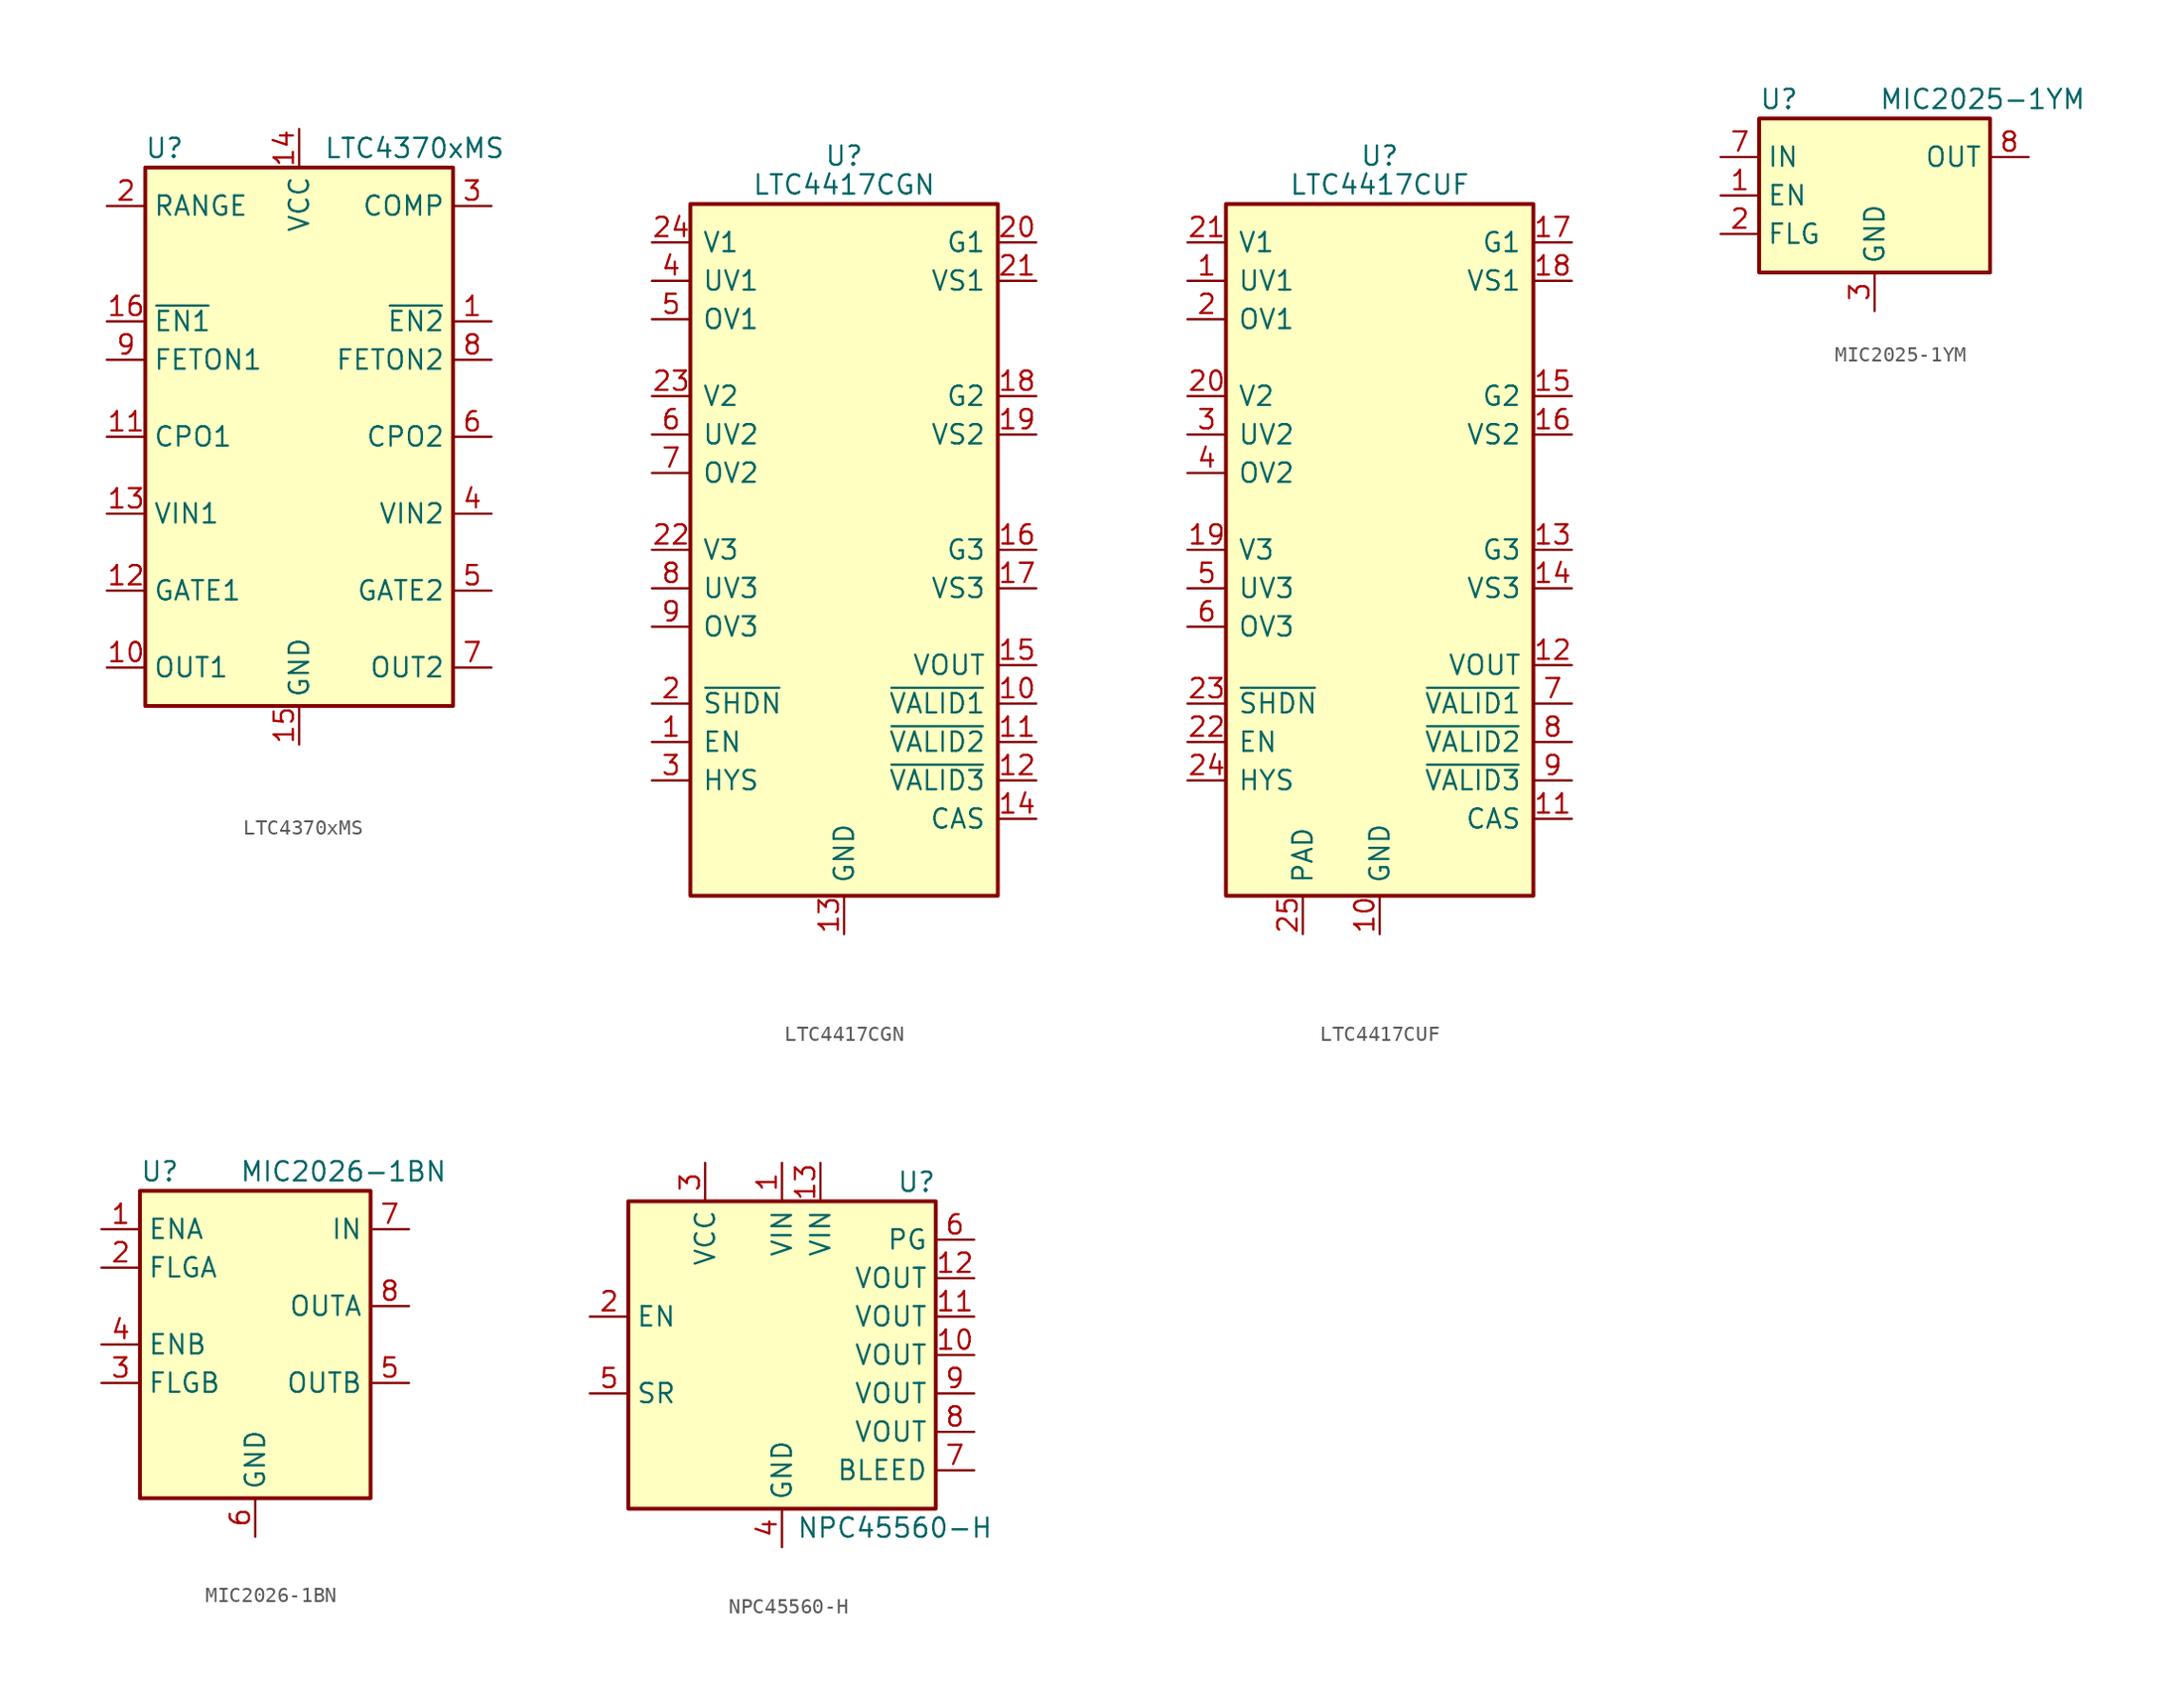
<source format=kicad_sym>
(kicad_symbol_lib
  (version 20241209)
  (generator "kicad_symbol_editor")
  (generator_version "9.0")
  (symbol "LTC4370xMS"
    (property "Reference" "U"
      (at -8.89 19.05 0)
      (effects (font (size 1.27 1.27))))
    (property "Value" "LTC4370xMS"
      (at 7.62 19.05 0)
      (effects (font (size 1.27 1.27))))
    (symbol "LTC4370xMS_1_1"
      (rectangle (start -10.16 17.78) (end 10.16 -17.78) (stroke (width 0.254) (type default)) (fill (type background)))
      (pin passive line (at -12.7 15.24 0) (length 2.54) (name "RANGE" (effects (font (size 1.27 1.27)))) (number "2" (effects (font (size 1.27 1.27)))))
      (pin input line (at -12.7 7.62 0) (length 2.54) (name "~{EN1}" (effects (font (size 1.27 1.27)))) (number "16" (effects (font (size 1.27 1.27)))))
      (pin open_collector line (at -12.7 5.08 0) (length 2.54) (name "FETON1" (effects (font (size 1.27 1.27)))) (number "9" (effects (font (size 1.27 1.27)))))
      (pin passive line (at -12.7 0 0) (length 2.54) (name "CPO1" (effects (font (size 1.27 1.27)))) (number "11" (effects (font (size 1.27 1.27)))))
      (pin power_in line (at -12.7 -5.08 0) (length 2.54) (name "VIN1" (effects (font (size 1.27 1.27)))) (number "13" (effects (font (size 1.27 1.27)))))
      (pin output line (at -12.7 -10.16 0) (length 2.54) (name "GATE1" (effects (font (size 1.27 1.27)))) (number "12" (effects (font (size 1.27 1.27)))))
      (pin input line (at -12.7 -15.24 0) (length 2.54) (name "OUT1" (effects (font (size 1.27 1.27)))) (number "10" (effects (font (size 1.27 1.27)))))
      (pin power_in line (at 0 20.32 270) (length 2.54) (name "VCC" (effects (font (size 1.27 1.27)))) (number "14" (effects (font (size 1.27 1.27)))))
      (pin power_in line (at 0 -20.32 90) (length 2.54) (name "GND" (effects (font (size 1.27 1.27)))) (number "15" (effects (font (size 1.27 1.27)))))
      (pin passive line (at 12.7 15.24 180) (length 2.54) (name "COMP" (effects (font (size 1.27 1.27)))) (number "3" (effects (font (size 1.27 1.27)))))
      (pin input line (at 12.7 7.62 180) (length 2.54) (name "~{EN2}" (effects (font (size 1.27 1.27)))) (number "1" (effects (font (size 1.27 1.27)))))
      (pin open_collector line (at 12.7 5.08 180) (length 2.54) (name "FETON2" (effects (font (size 1.27 1.27)))) (number "8" (effects (font (size 1.27 1.27)))))
      (pin passive line (at 12.7 0 180) (length 2.54) (name "CPO2" (effects (font (size 1.27 1.27)))) (number "6" (effects (font (size 1.27 1.27)))))
      (pin power_in line (at 12.7 -5.08 180) (length 2.54) (name "VIN2" (effects (font (size 1.27 1.27)))) (number "4" (effects (font (size 1.27 1.27)))))
      (pin output line (at 12.7 -10.16 180) (length 2.54) (name "GATE2" (effects (font (size 1.27 1.27)))) (number "5" (effects (font (size 1.27 1.27)))))
      (pin input line (at 12.7 -15.24 180) (length 2.54) (name "OUT2" (effects (font (size 1.27 1.27)))) (number "7" (effects (font (size 1.27 1.27)))))))
  (symbol "LTC4417CGN"
    (pin_names
      (offset 0.762))
    (property "Reference" "U"
      (at 0 26.035 0)
      (effects (font (size 1.27 1.27))))
    (property "Value" "LTC4417CGN"
      (at 0 24.13 0)
      (effects (font (size 1.27 1.27))))
    (symbol "LTC4417CGN_0_1"
      (rectangle (start -10.16 22.86) (end 10.16 -22.86) (stroke (width 0.254) (type default)) (fill (type background))))
    (symbol "LTC4417CGN_1_1"
      (pin input line (at -12.7 20.32 0) (length 2.54) (name "V1" (effects (font (size 1.27 1.27)))) (number "24" (effects (font (size 1.27 1.27)))))
      (pin input line (at -12.7 17.78 0) (length 2.54) (name "UV1" (effects (font (size 1.27 1.27)))) (number "4" (effects (font (size 1.27 1.27)))))
      (pin input line (at -12.7 15.24 0) (length 2.54) (name "OV1" (effects (font (size 1.27 1.27)))) (number "5" (effects (font (size 1.27 1.27)))))
      (pin input line (at -12.7 10.16 0) (length 2.54) (name "V2" (effects (font (size 1.27 1.27)))) (number "23" (effects (font (size 1.27 1.27)))))
      (pin input line (at -12.7 7.62 0) (length 2.54) (name "UV2" (effects (font (size 1.27 1.27)))) (number "6" (effects (font (size 1.27 1.27)))))
      (pin input line (at -12.7 5.08 0) (length 2.54) (name "OV2" (effects (font (size 1.27 1.27)))) (number "7" (effects (font (size 1.27 1.27)))))
      (pin input line (at -12.7 0 0) (length 2.54) (name "V3" (effects (font (size 1.27 1.27)))) (number "22" (effects (font (size 1.27 1.27)))))
      (pin input line (at -12.7 -2.54 0) (length 2.54) (name "UV3" (effects (font (size 1.27 1.27)))) (number "8" (effects (font (size 1.27 1.27)))))
      (pin input line (at -12.7 -5.08 0) (length 2.54) (name "OV3" (effects (font (size 1.27 1.27)))) (number "9" (effects (font (size 1.27 1.27)))))
      (pin input line (at -12.7 -10.16 0) (length 2.54) (name "~{SHDN}" (effects (font (size 1.27 1.27)))) (number "2" (effects (font (size 1.27 1.27)))))
      (pin input line (at -12.7 -12.7 0) (length 2.54) (name "EN" (effects (font (size 1.27 1.27)))) (number "1" (effects (font (size 1.27 1.27)))))
      (pin input line (at -12.7 -15.24 0) (length 2.54) (name "HYS" (effects (font (size 1.27 1.27)))) (number "3" (effects (font (size 1.27 1.27)))))
      (pin power_in line (at 0 -25.4 90) (length 2.54) (name "GND" (effects (font (size 1.27 1.27)))) (number "13" (effects (font (size 1.27 1.27)))))
      (pin output line (at 12.7 20.32 180) (length 2.54) (name "G1" (effects (font (size 1.27 1.27)))) (number "20" (effects (font (size 1.27 1.27)))))
      (pin output line (at 12.7 17.78 180) (length 2.54) (name "VS1" (effects (font (size 1.27 1.27)))) (number "21" (effects (font (size 1.27 1.27)))))
      (pin output line (at 12.7 10.16 180) (length 2.54) (name "G2" (effects (font (size 1.27 1.27)))) (number "18" (effects (font (size 1.27 1.27)))))
      (pin output line (at 12.7 7.62 180) (length 2.54) (name "VS2" (effects (font (size 1.27 1.27)))) (number "19" (effects (font (size 1.27 1.27)))))
      (pin output line (at 12.7 0 180) (length 2.54) (name "G3" (effects (font (size 1.27 1.27)))) (number "16" (effects (font (size 1.27 1.27)))))
      (pin output line (at 12.7 -2.54 180) (length 2.54) (name "VS3" (effects (font (size 1.27 1.27)))) (number "17" (effects (font (size 1.27 1.27)))))
      (pin output line (at 12.7 -7.62 180) (length 2.54) (name "VOUT" (effects (font (size 1.27 1.27)))) (number "15" (effects (font (size 1.27 1.27)))))
      (pin open_collector line (at 12.7 -10.16 180) (length 2.54) (name "~{VALID1}" (effects (font (size 1.27 1.27)))) (number "10" (effects (font (size 1.27 1.27)))))
      (pin open_collector line (at 12.7 -12.7 180) (length 2.54) (name "~{VALID2}" (effects (font (size 1.27 1.27)))) (number "11" (effects (font (size 1.27 1.27)))))
      (pin open_collector line (at 12.7 -15.24 180) (length 2.54) (name "~{VALID3}" (effects (font (size 1.27 1.27)))) (number "12" (effects (font (size 1.27 1.27)))))
      (pin output line (at 12.7 -17.78 180) (length 2.54) (name "CAS" (effects (font (size 1.27 1.27)))) (number "14" (effects (font (size 1.27 1.27)))))))
  (symbol "LTC4417CUF"
    (pin_names
      (offset 0.762))
    (property "Reference" "U"
      (at 0 26.035 0)
      (effects (font (size 1.27 1.27))))
    (property "Value" "LTC4417CUF"
      (at 0 24.13 0)
      (effects (font (size 1.27 1.27))))
    (symbol "LTC4417CUF_0_1"
      (rectangle (start -10.16 22.86) (end 10.16 -22.86) (stroke (width 0.254) (type default)) (fill (type background))))
    (symbol "LTC4417CUF_1_1"
      (pin input line (at -12.7 20.32 0) (length 2.54) (name "V1" (effects (font (size 1.27 1.27)))) (number "21" (effects (font (size 1.27 1.27)))))
      (pin input line (at -12.7 17.78 0) (length 2.54) (name "UV1" (effects (font (size 1.27 1.27)))) (number "1" (effects (font (size 1.27 1.27)))))
      (pin input line (at -12.7 15.24 0) (length 2.54) (name "OV1" (effects (font (size 1.27 1.27)))) (number "2" (effects (font (size 1.27 1.27)))))
      (pin input line (at -12.7 10.16 0) (length 2.54) (name "V2" (effects (font (size 1.27 1.27)))) (number "20" (effects (font (size 1.27 1.27)))))
      (pin input line (at -12.7 7.62 0) (length 2.54) (name "UV2" (effects (font (size 1.27 1.27)))) (number "3" (effects (font (size 1.27 1.27)))))
      (pin input line (at -12.7 5.08 0) (length 2.54) (name "OV2" (effects (font (size 1.27 1.27)))) (number "4" (effects (font (size 1.27 1.27)))))
      (pin input line (at -12.7 0 0) (length 2.54) (name "V3" (effects (font (size 1.27 1.27)))) (number "19" (effects (font (size 1.27 1.27)))))
      (pin input line (at -12.7 -2.54 0) (length 2.54) (name "UV3" (effects (font (size 1.27 1.27)))) (number "5" (effects (font (size 1.27 1.27)))))
      (pin input line (at -12.7 -5.08 0) (length 2.54) (name "OV3" (effects (font (size 1.27 1.27)))) (number "6" (effects (font (size 1.27 1.27)))))
      (pin input line (at -12.7 -10.16 0) (length 2.54) (name "~{SHDN}" (effects (font (size 1.27 1.27)))) (number "23" (effects (font (size 1.27 1.27)))))
      (pin input line (at -12.7 -12.7 0) (length 2.54) (name "EN" (effects (font (size 1.27 1.27)))) (number "22" (effects (font (size 1.27 1.27)))))
      (pin input line (at -12.7 -15.24 0) (length 2.54) (name "HYS" (effects (font (size 1.27 1.27)))) (number "24" (effects (font (size 1.27 1.27)))))
      (pin power_in line (at -5.08 -25.4 90) (length 2.54) (name "PAD" (effects (font (size 1.27 1.27)))) (number "25" (effects (font (size 1.27 1.27)))))
      (pin power_in line (at 0 -25.4 90) (length 2.54) (name "GND" (effects (font (size 1.27 1.27)))) (number "10" (effects (font (size 1.27 1.27)))))
      (pin output line (at 12.7 20.32 180) (length 2.54) (name "G1" (effects (font (size 1.27 1.27)))) (number "17" (effects (font (size 1.27 1.27)))))
      (pin output line (at 12.7 17.78 180) (length 2.54) (name "VS1" (effects (font (size 1.27 1.27)))) (number "18" (effects (font (size 1.27 1.27)))))
      (pin output line (at 12.7 10.16 180) (length 2.54) (name "G2" (effects (font (size 1.27 1.27)))) (number "15" (effects (font (size 1.27 1.27)))))
      (pin output line (at 12.7 7.62 180) (length 2.54) (name "VS2" (effects (font (size 1.27 1.27)))) (number "16" (effects (font (size 1.27 1.27)))))
      (pin output line (at 12.7 0 180) (length 2.54) (name "G3" (effects (font (size 1.27 1.27)))) (number "13" (effects (font (size 1.27 1.27)))))
      (pin output line (at 12.7 -2.54 180) (length 2.54) (name "VS3" (effects (font (size 1.27 1.27)))) (number "14" (effects (font (size 1.27 1.27)))))
      (pin output line (at 12.7 -7.62 180) (length 2.54) (name "VOUT" (effects (font (size 1.27 1.27)))) (number "12" (effects (font (size 1.27 1.27)))))
      (pin open_collector line (at 12.7 -10.16 180) (length 2.54) (name "~{VALID1}" (effects (font (size 1.27 1.27)))) (number "7" (effects (font (size 1.27 1.27)))))
      (pin open_collector line (at 12.7 -12.7 180) (length 2.54) (name "~{VALID2}" (effects (font (size 1.27 1.27)))) (number "8" (effects (font (size 1.27 1.27)))))
      (pin open_collector line (at 12.7 -15.24 180) (length 2.54) (name "~{VALID3}" (effects (font (size 1.27 1.27)))) (number "9" (effects (font (size 1.27 1.27)))))
      (pin output line (at 12.7 -17.78 180) (length 2.54) (name "CAS" (effects (font (size 1.27 1.27)))) (number "11" (effects (font (size 1.27 1.27)))))))
  (symbol "MIC2025-1YM"
    (property "Reference" "U"
      (at -7.62 6.35 0)
      (effects (font (size 1.27 1.27)) (justify left)))
    (property "Value" "MIC2025-1YM"
      (at 13.97 6.35 0)
      (effects (font (size 1.27 1.27)) (justify right)))
    (symbol "MIC2025-1YM_0_1"
      (rectangle (start -7.62 5.08) (end 7.62 -5.08) (stroke (width 0.254) (type default)) (fill (type background))))
    (symbol "MIC2025-1YM_1_1"
      (pin power_in line (at -10.16 2.54 0) (length 2.54) (name "IN" (effects (font (size 1.27 1.27)))) (number "7" (effects (font (size 1.27 1.27)))))
      (pin input line (at -10.16 0 0) (length 2.54) (name "EN" (effects (font (size 1.27 1.27)))) (number "1" (effects (font (size 1.27 1.27)))))
      (pin open_collector line (at -10.16 -2.54 0) (length 2.54) (name "FLG" (effects (font (size 1.27 1.27)))) (number "2" (effects (font (size 1.27 1.27)))))
      (pin power_in line (at 0 -7.62 90) (length 2.54) (name "GND" (effects (font (size 1.27 1.27)))) (number "3" (effects (font (size 1.27 1.27)))))
      (pin no_connect line (at 7.62 0 180) (length 2.54) (hide yes) (name "NC" (effects (font (size 1.27 1.27)))) (number "4" (effects (font (size 1.27 1.27)))))
      (pin no_connect line (at 7.62 -2.54 180) (length 2.54) (hide yes) (name "NC" (effects (font (size 1.27 1.27)))) (number "5" (effects (font (size 1.27 1.27)))))
      (pin passive line (at 10.16 2.54 180) (length 2.54) (hide yes) (name "OUT" (effects (font (size 1.27 1.27)))) (number "6" (effects (font (size 1.27 1.27)))))
      (pin power_out line (at 10.16 2.54 180) (length 2.54) (name "OUT" (effects (font (size 1.27 1.27)))) (number "8" (effects (font (size 1.27 1.27)))))))
  (symbol "MIC2026-1BN"
    (property "Reference" "U"
      (at -7.62 11.43 0)
      (effects (font (size 1.27 1.27)) (justify left)))
    (property "Value" "MIC2026-1BN"
      (at 12.7 11.43 0)
      (effects (font (size 1.27 1.27)) (justify right)))
    (symbol "MIC2026-1BN_0_1"
      (rectangle (start -7.62 -10.16) (end 7.62 10.16) (stroke (width 0.254) (type default)) (fill (type background))))
    (symbol "MIC2026-1BN_1_1"
      (pin input line (at -10.16 7.62 0) (length 2.54) (name "ENA" (effects (font (size 1.27 1.27)))) (number "1" (effects (font (size 1.27 1.27)))))
      (pin output line (at -10.16 5.08 0) (length 2.54) (name "FLGA" (effects (font (size 1.27 1.27)))) (number "2" (effects (font (size 1.27 1.27)))))
      (pin input line (at -10.16 0 0) (length 2.54) (name "ENB" (effects (font (size 1.27 1.27)))) (number "4" (effects (font (size 1.27 1.27)))))
      (pin output line (at -10.16 -2.54 0) (length 2.54) (name "FLGB" (effects (font (size 1.27 1.27)))) (number "3" (effects (font (size 1.27 1.27)))))
      (pin power_in line (at 0 -12.7 90) (length 2.54) (name "GND" (effects (font (size 1.27 1.27)))) (number "6" (effects (font (size 1.27 1.27)))))
      (pin power_in line (at 10.16 7.62 180) (length 2.54) (name "IN" (effects (font (size 1.27 1.27)))) (number "7" (effects (font (size 1.27 1.27)))))
      (pin power_out line (at 10.16 2.54 180) (length 2.54) (name "OUTA" (effects (font (size 1.27 1.27)))) (number "8" (effects (font (size 1.27 1.27)))))
      (pin power_out line (at 10.16 -2.54 180) (length 2.54) (name "OUTB" (effects (font (size 1.27 1.27)))) (number "5" (effects (font (size 1.27 1.27)))))))
  (symbol "NPC45560-H"
    (property "Reference" "U"
      (at 8.89 11.43 0)
      (effects (font (size 1.27 1.27))))
    (property "Value" "NPC45560-H"
      (at 13.97 -11.43 0)
      (effects (font (size 1.27 1.27)) (justify right)))
    (symbol "NPC45560-H_0_1"
      (rectangle (start -10.16 10.16) (end 10.16 -10.16) (stroke (width 0.254) (type default)) (fill (type background))))
    (symbol "NPC45560-H_1_1"
      (pin input line (at -12.7 2.54 0) (length 2.54) (name "EN" (effects (font (size 1.27 1.27)))) (number "2" (effects (font (size 1.27 1.27)))))
      (pin input line (at -12.7 -2.54 0) (length 2.54) (name "SR" (effects (font (size 1.27 1.27)))) (number "5" (effects (font (size 1.27 1.27)))))
      (pin power_in line (at -5.08 12.7 270) (length 2.54) (name "VCC" (effects (font (size 1.27 1.27)))) (number "3" (effects (font (size 1.27 1.27)))))
      (pin power_in line (at 0 12.7 270) (length 2.54) (name "VIN" (effects (font (size 1.27 1.27)))) (number "1" (effects (font (size 1.27 1.27)))))
      (pin power_in line (at 0 -12.7 90) (length 2.54) (name "GND" (effects (font (size 1.27 1.27)))) (number "4" (effects (font (size 1.27 1.27)))))
      (pin power_in line (at 2.54 12.7 270) (length 2.54) (name "VIN" (effects (font (size 1.27 1.27)))) (number "13" (effects (font (size 1.27 1.27)))))
      (pin open_collector line (at 12.7 7.62 180) (length 2.54) (name "PG" (effects (font (size 1.27 1.27)))) (number "6" (effects (font (size 1.27 1.27)))))
      (pin power_out line (at 12.7 5.08 180) (length 2.54) (name "VOUT" (effects (font (size 1.27 1.27)))) (number "12" (effects (font (size 1.27 1.27)))))
      (pin passive line (at 12.7 2.54 180) (length 2.54) (name "VOUT" (effects (font (size 1.27 1.27)))) (number "11" (effects (font (size 1.27 1.27)))))
      (pin passive line (at 12.7 0 180) (length 2.54) (name "VOUT" (effects (font (size 1.27 1.27)))) (number "10" (effects (font (size 1.27 1.27)))))
      (pin passive line (at 12.7 -2.54 180) (length 2.54) (name "VOUT" (effects (font (size 1.27 1.27)))) (number "9" (effects (font (size 1.27 1.27)))))
      (pin passive line (at 12.7 -5.08 180) (length 2.54) (name "VOUT" (effects (font (size 1.27 1.27)))) (number "8" (effects (font (size 1.27 1.27)))))
      (pin input line (at 12.7 -7.62 180) (length 2.54) (name "BLEED" (effects (font (size 1.27 1.27)))) (number "7" (effects (font (size 1.27 1.27))))))))
</source>
